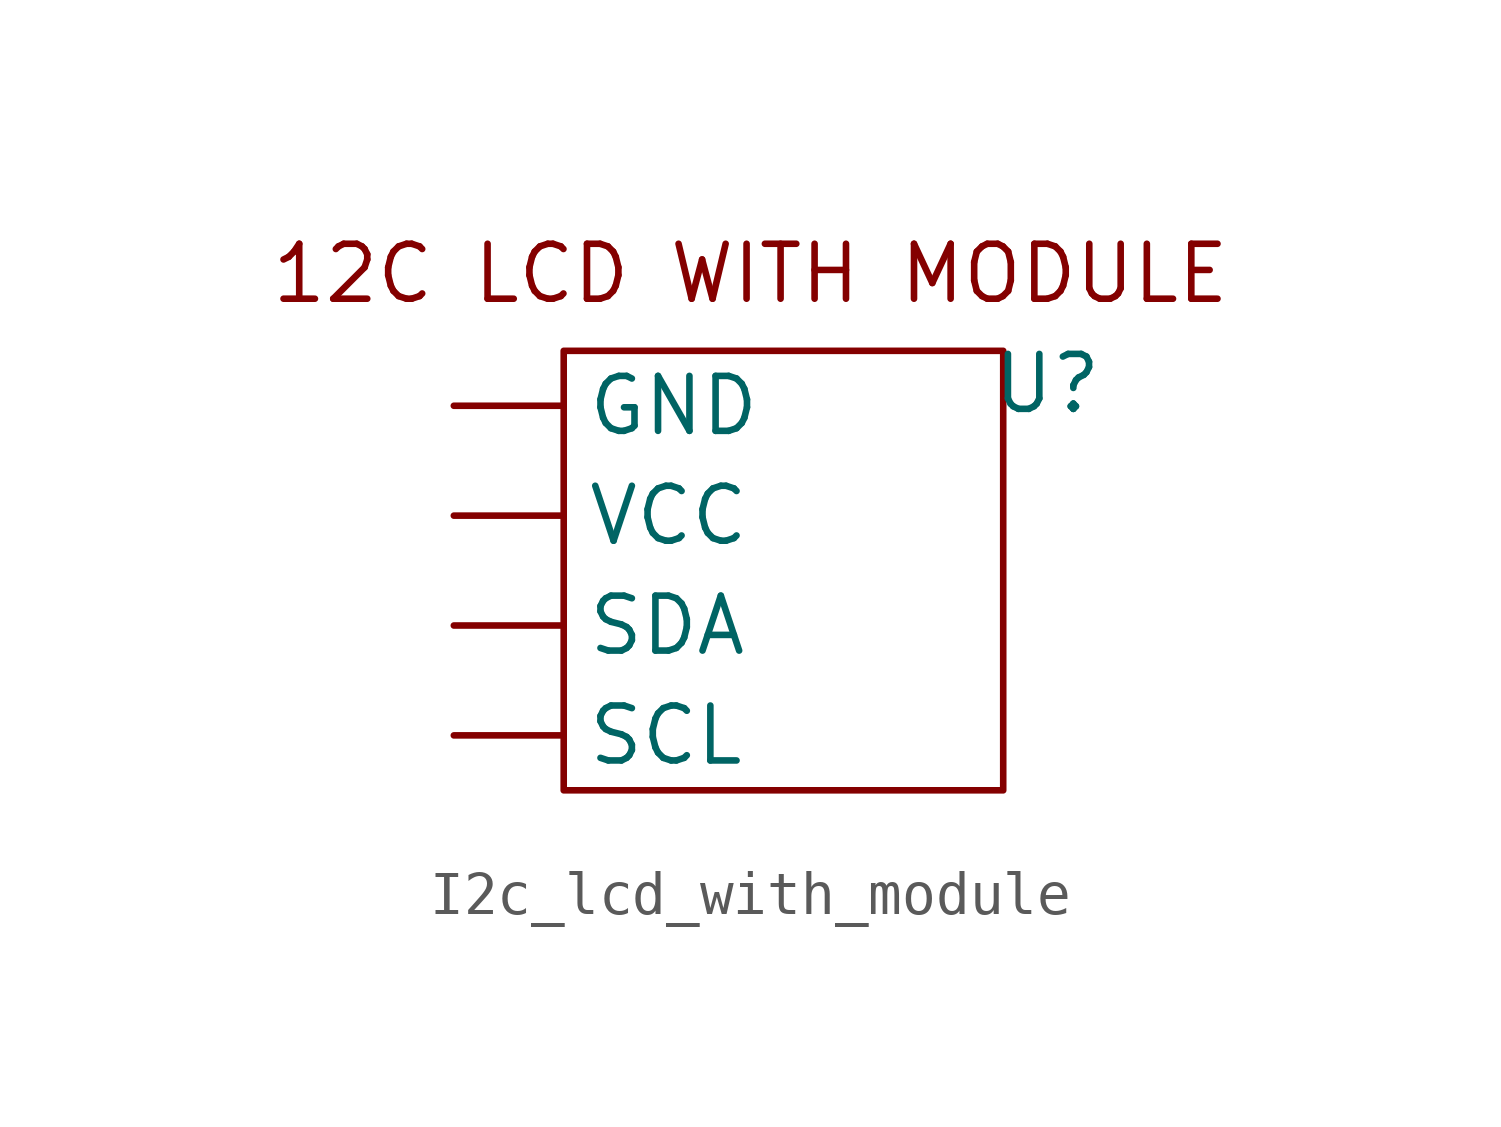
<source format=kicad_sym>
(kicad_symbol_lib
  (version 20231120)
  (generator "kicad_symbol_editor")
  (generator_version "8.0")
  (symbol "I2c_lcd_with_module"
    (property "Reference" "U"
      (at 11.176 9.398 0)
      (effects (font (size 1.27 1.27))))
    (property "Value" ""
      (at 0 0 0)
      (effects (font (size 1.27 1.27))))
    (symbol "I2c_lcd_with_module_0_1"
      (rectangle (start 0 0) (end 10.16 10.16) (stroke (width 0) (type default)) (fill (type none))))
    (symbol "I2c_lcd_with_module_1_1"
      (text "12C LCD WITH MODULE\n " (at 4.318 10.922 0) (effects (font (size 1.27 1.27))))
      (pin power_out line (at -2.54 8.89 0) (length 2.54) (name "GND" (effects (font (size 1.27 1.27)))) (number "" (effects (font (size 1.27 1.27)))))
      (pin unspecified line (at -2.54 1.27 0) (length 2.54) (name "SCL" (effects (font (size 1.27 1.27)))) (number "" (effects (font (size 1.27 1.27)))))
      (pin unspecified line (at -2.54 3.81 0) (length 2.54) (name "SDA" (effects (font (size 1.27 1.27)))) (number "" (effects (font (size 1.27 1.27)))))
      (pin power_in line (at -2.54 6.35 0) (length 2.54) (name "VCC" (effects (font (size 1.27 1.27)))) (number "" (effects (font (size 1.27 1.27))))))))
</source>
